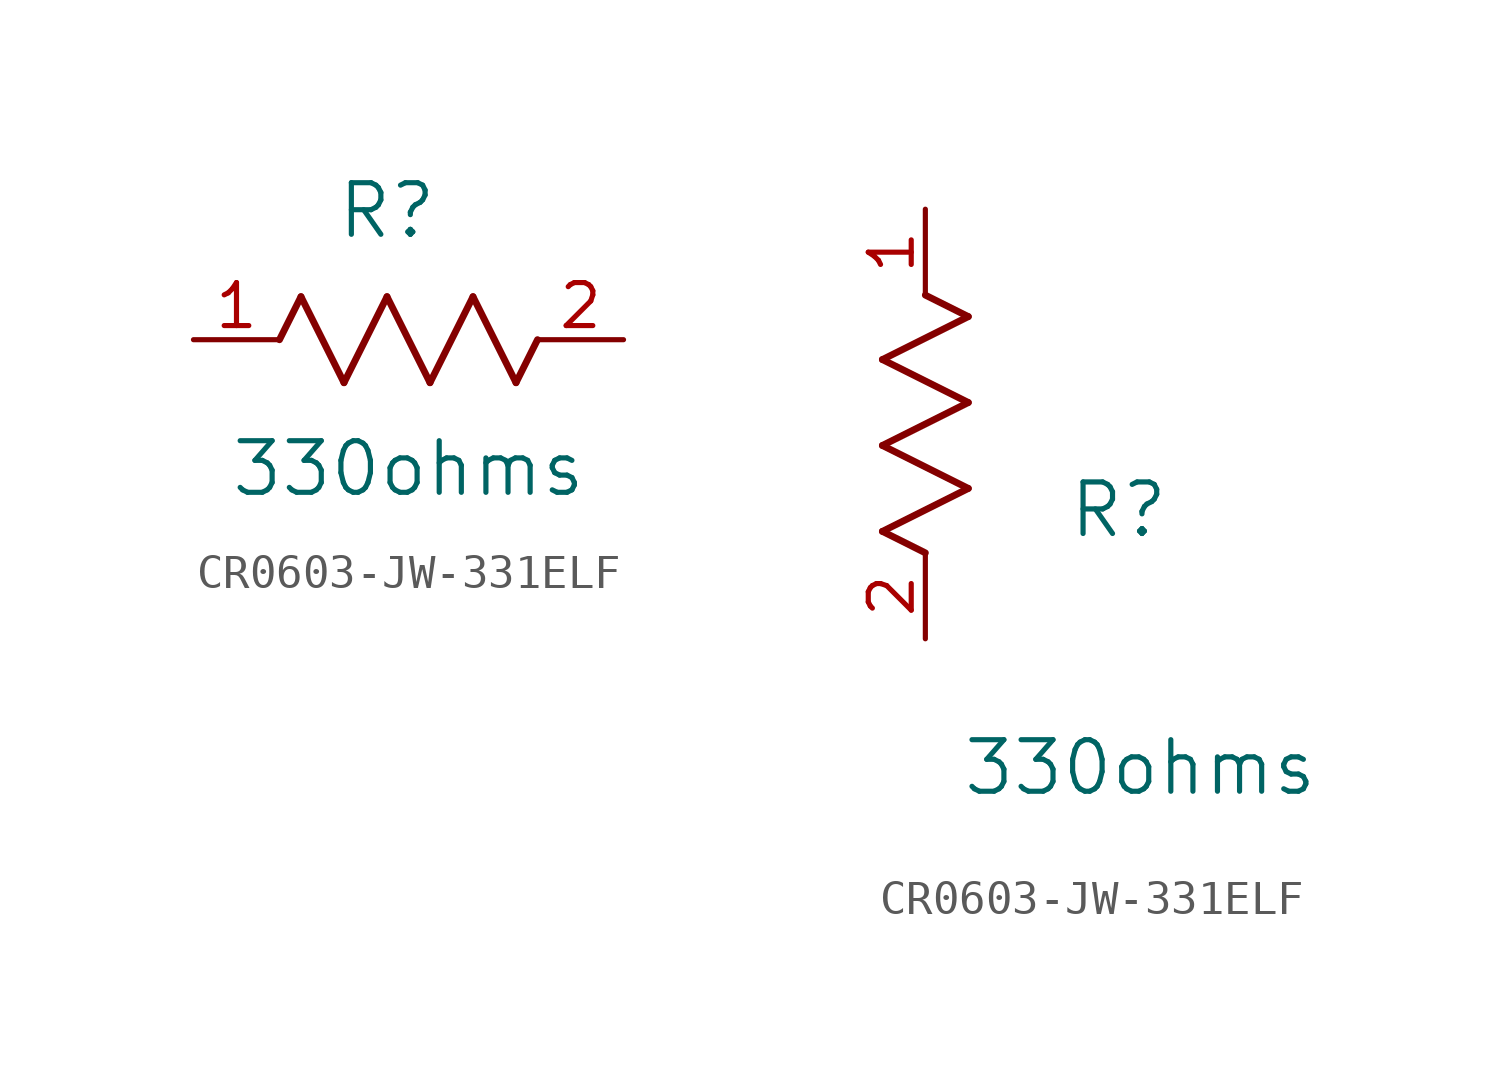
<source format=kicad_sym>
(kicad_symbol_lib
  (version 20220914)
  (generator kicad_symbol_editor)
  (symbol "CR0603-JW-331ELF"
    (pin_names
      (offset 0.254))
    (property "Reference" "R"
      (at 5.715 3.81 0)
      (effects (font (size 1.524 1.524))))
    (property "Value" "330ohms"
      (at 6.35 -3.81 0)
      (effects (font (size 1.524 1.524))))
    (symbol "CR0603-JW-331ELF_1_1"
      (polyline (pts (xy 2.54 0) (xy 3.175 1.27)) (stroke (width 0.203) (type default)) (fill (type none)))
      (polyline (pts (xy 3.175 1.27) (xy 4.445 -1.27)) (stroke (width 0.203) (type default)) (fill (type none)))
      (polyline (pts (xy 4.445 -1.27) (xy 5.715 1.27)) (stroke (width 0.203) (type default)) (fill (type none)))
      (polyline (pts (xy 5.715 1.27) (xy 6.985 -1.27)) (stroke (width 0.203) (type default)) (fill (type none)))
      (polyline (pts (xy 6.985 -1.27) (xy 8.255 1.27)) (stroke (width 0.203) (type default)) (fill (type none)))
      (polyline (pts (xy 8.255 1.27) (xy 9.525 -1.27)) (stroke (width 0.203) (type default)) (fill (type none)))
      (polyline (pts (xy 9.525 -1.27) (xy 10.16 0)) (stroke (width 0.203) (type default)) (fill (type none)))
      (pin unspecified line (at 0 0 0) (length 2.54) (name "" (effects (font (size 1.27 1.27)))) (number "1" (effects (font (size 1.27 1.27)))))
      (pin unspecified line (at 12.7 0 180) (length 2.54) (name "" (effects (font (size 1.27 1.27)))) (number "2" (effects (font (size 1.27 1.27))))))
    (symbol "CR0603-JW-331ELF_1_2"
      (polyline (pts (xy -1.27 3.175) (xy 1.27 4.445)) (stroke (width 0.203) (type default)) (fill (type none)))
      (polyline (pts (xy -1.27 5.715) (xy 1.27 6.985)) (stroke (width 0.203) (type default)) (fill (type none)))
      (polyline (pts (xy -1.27 8.255) (xy 1.27 9.525)) (stroke (width 0.203) (type default)) (fill (type none)))
      (polyline (pts (xy 0 2.54) (xy -1.27 3.175)) (stroke (width 0.203) (type default)) (fill (type none)))
      (polyline (pts (xy 1.27 4.445) (xy -1.27 5.715)) (stroke (width 0.203) (type default)) (fill (type none)))
      (polyline (pts (xy 1.27 6.985) (xy -1.27 8.255)) (stroke (width 0.203) (type default)) (fill (type none)))
      (polyline (pts (xy 1.27 9.525) (xy 0 10.16)) (stroke (width 0.203) (type default)) (fill (type none)))
      (pin unspecified line (at 0 12.7 270) (length 2.54) (name "" (effects (font (size 1.27 1.27)))) (number "1" (effects (font (size 1.27 1.27)))))
      (pin unspecified line (at 0 0 90) (length 2.54) (name "" (effects (font (size 1.27 1.27)))) (number "2" (effects (font (size 1.27 1.27))))))))
</source>
